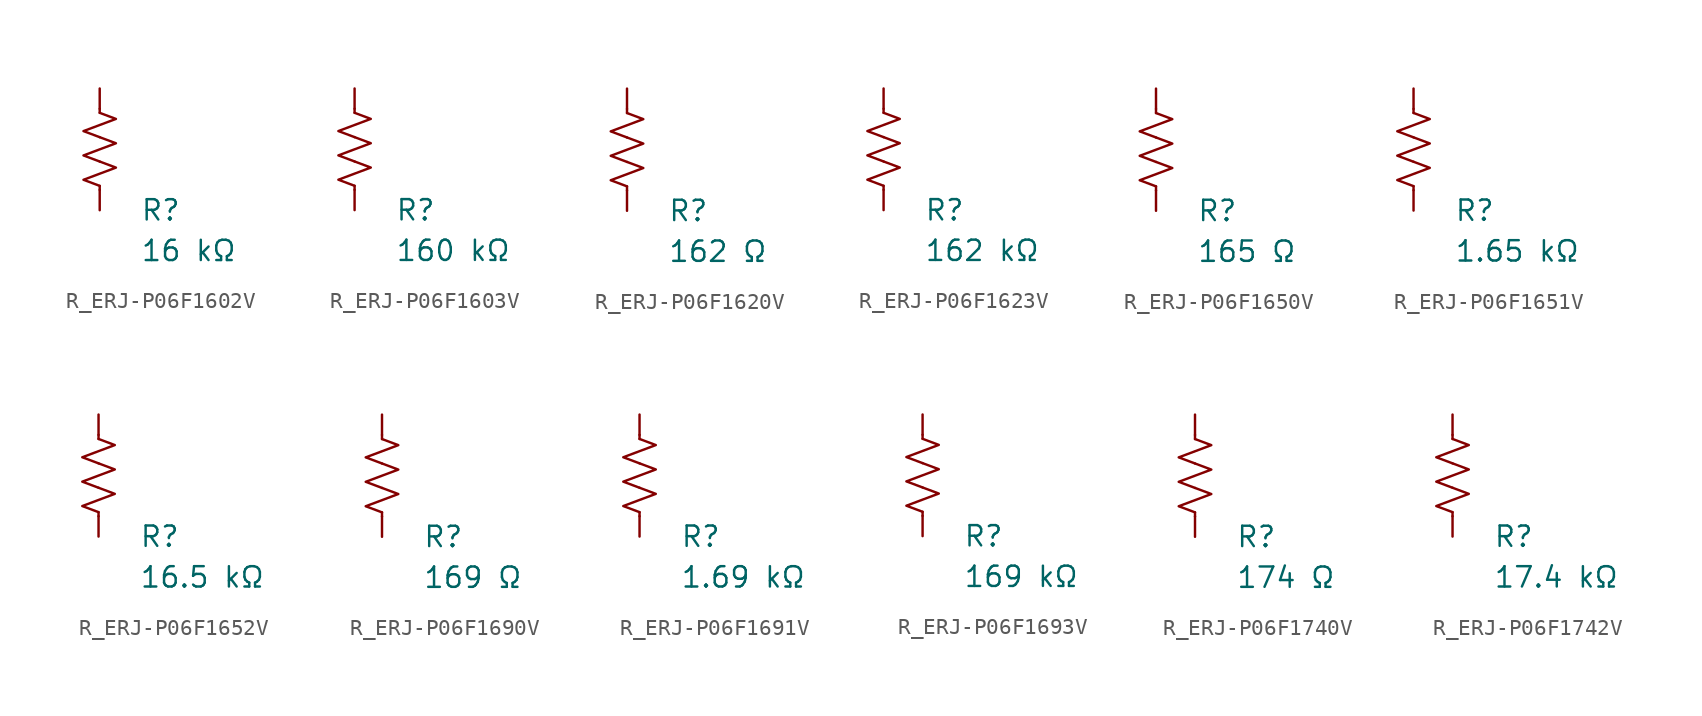
<source format=kicad_sym>
(kicad_symbol_lib
  (version 20231120)
  (generator "kicad_symbol_editor")
  (generator_version "8.0")
  (symbol "R_ERJ-P06F1602V"
    (pin_numbers hide)
    (pin_names
      (offset 0))
    (property "Reference" "R"
      (at 2.54 -3.81 0)
      (effects (font (size 1.27 1.27)) (justify left))
      (show_name no))
    (property "Value" "16 kΩ"
      (at 2.54 -6.35 0)
      (effects (font (size 1.27 1.27)) (justify left))
      (show_name no))
    (symbol "R_ERJ-P06F1602V_0_1"
      (polyline (pts (xy 0 -2.286) (xy 0 -2.54)) (stroke (width 0) (type default)) (fill (type none)))
      (polyline (pts (xy 0 2.286) (xy 0 2.54)) (stroke (width 0) (type default)) (fill (type none)))
      (polyline (pts (xy 0 -0.762) (xy 1.016 -1.143) (xy 0 -1.524) (xy -1.016 -1.905) (xy 0 -2.286)) (stroke (width 0) (type default)) (fill (type none)))
      (polyline (pts (xy 0 0.762) (xy 1.016 0.381) (xy 0 0) (xy -1.016 -0.381) (xy 0 -0.762)) (stroke (width 0) (type default)) (fill (type none)))
      (polyline (pts (xy 0 2.286) (xy 1.016 1.905) (xy 0 1.524) (xy -1.016 1.143) (xy 0 0.762)) (stroke (width 0) (type default)) (fill (type none))))
    (symbol "R_ERJ-P06F1602V_1_1"
      (pin passive line (at 0 3.81 270) (length 1.27) (name "~" (effects (font (size 1.27 1.27)))) (number "1" (effects (font (size 1.27 1.27)))))
      (pin passive line (at 0 -3.81 90) (length 1.27) (name "~" (effects (font (size 1.27 1.27)))) (number "2" (effects (font (size 1.27 1.27)))))))
  (symbol "R_ERJ-P06F1603V"
    (pin_numbers hide)
    (pin_names
      (offset 0))
    (property "Reference" "R"
      (at 2.54 -3.81 0)
      (effects (font (size 1.27 1.27)) (justify left))
      (show_name no))
    (property "Value" "160 kΩ"
      (at 2.54 -6.35 0)
      (effects (font (size 1.27 1.27)) (justify left))
      (show_name no))
    (symbol "R_ERJ-P06F1603V_0_1"
      (polyline (pts (xy 0 -2.286) (xy 0 -2.54)) (stroke (width 0) (type default)) (fill (type none)))
      (polyline (pts (xy 0 2.286) (xy 0 2.54)) (stroke (width 0) (type default)) (fill (type none)))
      (polyline (pts (xy 0 -0.762) (xy 1.016 -1.143) (xy 0 -1.524) (xy -1.016 -1.905) (xy 0 -2.286)) (stroke (width 0) (type default)) (fill (type none)))
      (polyline (pts (xy 0 0.762) (xy 1.016 0.381) (xy 0 0) (xy -1.016 -0.381) (xy 0 -0.762)) (stroke (width 0) (type default)) (fill (type none)))
      (polyline (pts (xy 0 2.286) (xy 1.016 1.905) (xy 0 1.524) (xy -1.016 1.143) (xy 0 0.762)) (stroke (width 0) (type default)) (fill (type none))))
    (symbol "R_ERJ-P06F1603V_1_1"
      (pin passive line (at 0 3.81 270) (length 1.27) (name "~" (effects (font (size 1.27 1.27)))) (number "1" (effects (font (size 1.27 1.27)))))
      (pin passive line (at 0 -3.81 90) (length 1.27) (name "~" (effects (font (size 1.27 1.27)))) (number "2" (effects (font (size 1.27 1.27)))))))
  (symbol "R_ERJ-P06F1620V"
    (pin_numbers hide)
    (pin_names
      (offset 0))
    (property "Reference" "R"
      (at 2.54 -3.81 0)
      (effects (font (size 1.27 1.27)) (justify left))
      (show_name no))
    (property "Value" "162 Ω"
      (at 2.54 -6.35 0)
      (effects (font (size 1.27 1.27)) (justify left))
      (show_name no))
    (symbol "R_ERJ-P06F1620V_0_1"
      (polyline (pts (xy 0 -2.286) (xy 0 -2.54)) (stroke (width 0) (type default)) (fill (type none)))
      (polyline (pts (xy 0 2.286) (xy 0 2.54)) (stroke (width 0) (type default)) (fill (type none)))
      (polyline (pts (xy 0 -0.762) (xy 1.016 -1.143) (xy 0 -1.524) (xy -1.016 -1.905) (xy 0 -2.286)) (stroke (width 0) (type default)) (fill (type none)))
      (polyline (pts (xy 0 0.762) (xy 1.016 0.381) (xy 0 0) (xy -1.016 -0.381) (xy 0 -0.762)) (stroke (width 0) (type default)) (fill (type none)))
      (polyline (pts (xy 0 2.286) (xy 1.016 1.905) (xy 0 1.524) (xy -1.016 1.143) (xy 0 0.762)) (stroke (width 0) (type default)) (fill (type none))))
    (symbol "R_ERJ-P06F1620V_1_1"
      (pin passive line (at 0 3.81 270) (length 1.27) (name "~" (effects (font (size 1.27 1.27)))) (number "1" (effects (font (size 1.27 1.27)))))
      (pin passive line (at 0 -3.81 90) (length 1.27) (name "~" (effects (font (size 1.27 1.27)))) (number "2" (effects (font (size 1.27 1.27)))))))
  (symbol "R_ERJ-P06F1623V"
    (pin_numbers hide)
    (pin_names
      (offset 0))
    (property "Reference" "R"
      (at 2.54 -3.81 0)
      (effects (font (size 1.27 1.27)) (justify left))
      (show_name no))
    (property "Value" "162 kΩ"
      (at 2.54 -6.35 0)
      (effects (font (size 1.27 1.27)) (justify left))
      (show_name no))
    (symbol "R_ERJ-P06F1623V_0_1"
      (polyline (pts (xy 0 -2.286) (xy 0 -2.54)) (stroke (width 0) (type default)) (fill (type none)))
      (polyline (pts (xy 0 2.286) (xy 0 2.54)) (stroke (width 0) (type default)) (fill (type none)))
      (polyline (pts (xy 0 -0.762) (xy 1.016 -1.143) (xy 0 -1.524) (xy -1.016 -1.905) (xy 0 -2.286)) (stroke (width 0) (type default)) (fill (type none)))
      (polyline (pts (xy 0 0.762) (xy 1.016 0.381) (xy 0 0) (xy -1.016 -0.381) (xy 0 -0.762)) (stroke (width 0) (type default)) (fill (type none)))
      (polyline (pts (xy 0 2.286) (xy 1.016 1.905) (xy 0 1.524) (xy -1.016 1.143) (xy 0 0.762)) (stroke (width 0) (type default)) (fill (type none))))
    (symbol "R_ERJ-P06F1623V_1_1"
      (pin passive line (at 0 3.81 270) (length 1.27) (name "~" (effects (font (size 1.27 1.27)))) (number "1" (effects (font (size 1.27 1.27)))))
      (pin passive line (at 0 -3.81 90) (length 1.27) (name "~" (effects (font (size 1.27 1.27)))) (number "2" (effects (font (size 1.27 1.27)))))))
  (symbol "R_ERJ-P06F1650V"
    (pin_numbers hide)
    (pin_names
      (offset 0))
    (property "Reference" "R"
      (at 2.54 -3.81 0)
      (effects (font (size 1.27 1.27)) (justify left))
      (show_name no))
    (property "Value" "165 Ω"
      (at 2.54 -6.35 0)
      (effects (font (size 1.27 1.27)) (justify left))
      (show_name no))
    (symbol "R_ERJ-P06F1650V_0_1"
      (polyline (pts (xy 0 -2.286) (xy 0 -2.54)) (stroke (width 0) (type default)) (fill (type none)))
      (polyline (pts (xy 0 2.286) (xy 0 2.54)) (stroke (width 0) (type default)) (fill (type none)))
      (polyline (pts (xy 0 -0.762) (xy 1.016 -1.143) (xy 0 -1.524) (xy -1.016 -1.905) (xy 0 -2.286)) (stroke (width 0) (type default)) (fill (type none)))
      (polyline (pts (xy 0 0.762) (xy 1.016 0.381) (xy 0 0) (xy -1.016 -0.381) (xy 0 -0.762)) (stroke (width 0) (type default)) (fill (type none)))
      (polyline (pts (xy 0 2.286) (xy 1.016 1.905) (xy 0 1.524) (xy -1.016 1.143) (xy 0 0.762)) (stroke (width 0) (type default)) (fill (type none))))
    (symbol "R_ERJ-P06F1650V_1_1"
      (pin passive line (at 0 3.81 270) (length 1.27) (name "~" (effects (font (size 1.27 1.27)))) (number "1" (effects (font (size 1.27 1.27)))))
      (pin passive line (at 0 -3.81 90) (length 1.27) (name "~" (effects (font (size 1.27 1.27)))) (number "2" (effects (font (size 1.27 1.27)))))))
  (symbol "R_ERJ-P06F1651V"
    (pin_numbers hide)
    (pin_names
      (offset 0))
    (property "Reference" "R"
      (at 2.54 -3.81 0)
      (effects (font (size 1.27 1.27)) (justify left))
      (show_name no))
    (property "Value" "1.65 kΩ"
      (at 2.54 -6.35 0)
      (effects (font (size 1.27 1.27)) (justify left))
      (show_name no))
    (symbol "R_ERJ-P06F1651V_0_1"
      (polyline (pts (xy 0 -2.286) (xy 0 -2.54)) (stroke (width 0) (type default)) (fill (type none)))
      (polyline (pts (xy 0 2.286) (xy 0 2.54)) (stroke (width 0) (type default)) (fill (type none)))
      (polyline (pts (xy 0 -0.762) (xy 1.016 -1.143) (xy 0 -1.524) (xy -1.016 -1.905) (xy 0 -2.286)) (stroke (width 0) (type default)) (fill (type none)))
      (polyline (pts (xy 0 0.762) (xy 1.016 0.381) (xy 0 0) (xy -1.016 -0.381) (xy 0 -0.762)) (stroke (width 0) (type default)) (fill (type none)))
      (polyline (pts (xy 0 2.286) (xy 1.016 1.905) (xy 0 1.524) (xy -1.016 1.143) (xy 0 0.762)) (stroke (width 0) (type default)) (fill (type none))))
    (symbol "R_ERJ-P06F1651V_1_1"
      (pin passive line (at 0 3.81 270) (length 1.27) (name "~" (effects (font (size 1.27 1.27)))) (number "1" (effects (font (size 1.27 1.27)))))
      (pin passive line (at 0 -3.81 90) (length 1.27) (name "~" (effects (font (size 1.27 1.27)))) (number "2" (effects (font (size 1.27 1.27)))))))
  (symbol "R_ERJ-P06F1652V"
    (pin_numbers hide)
    (pin_names
      (offset 0))
    (property "Reference" "R"
      (at 2.54 -3.81 0)
      (effects (font (size 1.27 1.27)) (justify left))
      (show_name no))
    (property "Value" "16.5 kΩ"
      (at 2.54 -6.35 0)
      (effects (font (size 1.27 1.27)) (justify left))
      (show_name no))
    (symbol "R_ERJ-P06F1652V_0_1"
      (polyline (pts (xy 0 -2.286) (xy 0 -2.54)) (stroke (width 0) (type default)) (fill (type none)))
      (polyline (pts (xy 0 2.286) (xy 0 2.54)) (stroke (width 0) (type default)) (fill (type none)))
      (polyline (pts (xy 0 -0.762) (xy 1.016 -1.143) (xy 0 -1.524) (xy -1.016 -1.905) (xy 0 -2.286)) (stroke (width 0) (type default)) (fill (type none)))
      (polyline (pts (xy 0 0.762) (xy 1.016 0.381) (xy 0 0) (xy -1.016 -0.381) (xy 0 -0.762)) (stroke (width 0) (type default)) (fill (type none)))
      (polyline (pts (xy 0 2.286) (xy 1.016 1.905) (xy 0 1.524) (xy -1.016 1.143) (xy 0 0.762)) (stroke (width 0) (type default)) (fill (type none))))
    (symbol "R_ERJ-P06F1652V_1_1"
      (pin passive line (at 0 3.81 270) (length 1.27) (name "~" (effects (font (size 1.27 1.27)))) (number "1" (effects (font (size 1.27 1.27)))))
      (pin passive line (at 0 -3.81 90) (length 1.27) (name "~" (effects (font (size 1.27 1.27)))) (number "2" (effects (font (size 1.27 1.27)))))))
  (symbol "R_ERJ-P06F1690V"
    (pin_numbers hide)
    (pin_names
      (offset 0))
    (property "Reference" "R"
      (at 2.54 -3.81 0)
      (effects (font (size 1.27 1.27)) (justify left))
      (show_name no))
    (property "Value" "169 Ω"
      (at 2.54 -6.35 0)
      (effects (font (size 1.27 1.27)) (justify left))
      (show_name no))
    (symbol "R_ERJ-P06F1690V_0_1"
      (polyline (pts (xy 0 -2.286) (xy 0 -2.54)) (stroke (width 0) (type default)) (fill (type none)))
      (polyline (pts (xy 0 2.286) (xy 0 2.54)) (stroke (width 0) (type default)) (fill (type none)))
      (polyline (pts (xy 0 -0.762) (xy 1.016 -1.143) (xy 0 -1.524) (xy -1.016 -1.905) (xy 0 -2.286)) (stroke (width 0) (type default)) (fill (type none)))
      (polyline (pts (xy 0 0.762) (xy 1.016 0.381) (xy 0 0) (xy -1.016 -0.381) (xy 0 -0.762)) (stroke (width 0) (type default)) (fill (type none)))
      (polyline (pts (xy 0 2.286) (xy 1.016 1.905) (xy 0 1.524) (xy -1.016 1.143) (xy 0 0.762)) (stroke (width 0) (type default)) (fill (type none))))
    (symbol "R_ERJ-P06F1690V_1_1"
      (pin passive line (at 0 3.81 270) (length 1.27) (name "~" (effects (font (size 1.27 1.27)))) (number "1" (effects (font (size 1.27 1.27)))))
      (pin passive line (at 0 -3.81 90) (length 1.27) (name "~" (effects (font (size 1.27 1.27)))) (number "2" (effects (font (size 1.27 1.27)))))))
  (symbol "R_ERJ-P06F1691V"
    (pin_numbers hide)
    (pin_names
      (offset 0))
    (property "Reference" "R"
      (at 2.54 -3.81 0)
      (effects (font (size 1.27 1.27)) (justify left))
      (show_name no))
    (property "Value" "1.69 kΩ"
      (at 2.54 -6.35 0)
      (effects (font (size 1.27 1.27)) (justify left))
      (show_name no))
    (symbol "R_ERJ-P06F1691V_0_1"
      (polyline (pts (xy 0 -2.286) (xy 0 -2.54)) (stroke (width 0) (type default)) (fill (type none)))
      (polyline (pts (xy 0 2.286) (xy 0 2.54)) (stroke (width 0) (type default)) (fill (type none)))
      (polyline (pts (xy 0 -0.762) (xy 1.016 -1.143) (xy 0 -1.524) (xy -1.016 -1.905) (xy 0 -2.286)) (stroke (width 0) (type default)) (fill (type none)))
      (polyline (pts (xy 0 0.762) (xy 1.016 0.381) (xy 0 0) (xy -1.016 -0.381) (xy 0 -0.762)) (stroke (width 0) (type default)) (fill (type none)))
      (polyline (pts (xy 0 2.286) (xy 1.016 1.905) (xy 0 1.524) (xy -1.016 1.143) (xy 0 0.762)) (stroke (width 0) (type default)) (fill (type none))))
    (symbol "R_ERJ-P06F1691V_1_1"
      (pin passive line (at 0 3.81 270) (length 1.27) (name "~" (effects (font (size 1.27 1.27)))) (number "1" (effects (font (size 1.27 1.27)))))
      (pin passive line (at 0 -3.81 90) (length 1.27) (name "~" (effects (font (size 1.27 1.27)))) (number "2" (effects (font (size 1.27 1.27)))))))
  (symbol "R_ERJ-P06F1693V"
    (pin_numbers hide)
    (pin_names
      (offset 0))
    (property "Reference" "R"
      (at 2.54 -3.81 0)
      (effects (font (size 1.27 1.27)) (justify left))
      (show_name no))
    (property "Value" "169 kΩ"
      (at 2.54 -6.35 0)
      (effects (font (size 1.27 1.27)) (justify left))
      (show_name no))
    (symbol "R_ERJ-P06F1693V_0_1"
      (polyline (pts (xy 0 -2.286) (xy 0 -2.54)) (stroke (width 0) (type default)) (fill (type none)))
      (polyline (pts (xy 0 2.286) (xy 0 2.54)) (stroke (width 0) (type default)) (fill (type none)))
      (polyline (pts (xy 0 -0.762) (xy 1.016 -1.143) (xy 0 -1.524) (xy -1.016 -1.905) (xy 0 -2.286)) (stroke (width 0) (type default)) (fill (type none)))
      (polyline (pts (xy 0 0.762) (xy 1.016 0.381) (xy 0 0) (xy -1.016 -0.381) (xy 0 -0.762)) (stroke (width 0) (type default)) (fill (type none)))
      (polyline (pts (xy 0 2.286) (xy 1.016 1.905) (xy 0 1.524) (xy -1.016 1.143) (xy 0 0.762)) (stroke (width 0) (type default)) (fill (type none))))
    (symbol "R_ERJ-P06F1693V_1_1"
      (pin passive line (at 0 3.81 270) (length 1.27) (name "~" (effects (font (size 1.27 1.27)))) (number "1" (effects (font (size 1.27 1.27)))))
      (pin passive line (at 0 -3.81 90) (length 1.27) (name "~" (effects (font (size 1.27 1.27)))) (number "2" (effects (font (size 1.27 1.27)))))))
  (symbol "R_ERJ-P06F1740V"
    (pin_numbers hide)
    (pin_names
      (offset 0))
    (property "Reference" "R"
      (at 2.54 -3.81 0)
      (effects (font (size 1.27 1.27)) (justify left))
      (show_name no))
    (property "Value" "174 Ω"
      (at 2.54 -6.35 0)
      (effects (font (size 1.27 1.27)) (justify left))
      (show_name no))
    (symbol "R_ERJ-P06F1740V_0_1"
      (polyline (pts (xy 0 -2.286) (xy 0 -2.54)) (stroke (width 0) (type default)) (fill (type none)))
      (polyline (pts (xy 0 2.286) (xy 0 2.54)) (stroke (width 0) (type default)) (fill (type none)))
      (polyline (pts (xy 0 -0.762) (xy 1.016 -1.143) (xy 0 -1.524) (xy -1.016 -1.905) (xy 0 -2.286)) (stroke (width 0) (type default)) (fill (type none)))
      (polyline (pts (xy 0 0.762) (xy 1.016 0.381) (xy 0 0) (xy -1.016 -0.381) (xy 0 -0.762)) (stroke (width 0) (type default)) (fill (type none)))
      (polyline (pts (xy 0 2.286) (xy 1.016 1.905) (xy 0 1.524) (xy -1.016 1.143) (xy 0 0.762)) (stroke (width 0) (type default)) (fill (type none))))
    (symbol "R_ERJ-P06F1740V_1_1"
      (pin passive line (at 0 3.81 270) (length 1.27) (name "~" (effects (font (size 1.27 1.27)))) (number "1" (effects (font (size 1.27 1.27)))))
      (pin passive line (at 0 -3.81 90) (length 1.27) (name "~" (effects (font (size 1.27 1.27)))) (number "2" (effects (font (size 1.27 1.27)))))))
  (symbol "R_ERJ-P06F1742V"
    (pin_numbers hide)
    (pin_names
      (offset 0))
    (property "Reference" "R"
      (at 2.54 -3.81 0)
      (effects (font (size 1.27 1.27)) (justify left))
      (show_name no))
    (property "Value" "17.4 kΩ"
      (at 2.54 -6.35 0)
      (effects (font (size 1.27 1.27)) (justify left))
      (show_name no))
    (symbol "R_ERJ-P06F1742V_0_1"
      (polyline (pts (xy 0 -2.286) (xy 0 -2.54)) (stroke (width 0) (type default)) (fill (type none)))
      (polyline (pts (xy 0 2.286) (xy 0 2.54)) (stroke (width 0) (type default)) (fill (type none)))
      (polyline (pts (xy 0 -0.762) (xy 1.016 -1.143) (xy 0 -1.524) (xy -1.016 -1.905) (xy 0 -2.286)) (stroke (width 0) (type default)) (fill (type none)))
      (polyline (pts (xy 0 0.762) (xy 1.016 0.381) (xy 0 0) (xy -1.016 -0.381) (xy 0 -0.762)) (stroke (width 0) (type default)) (fill (type none)))
      (polyline (pts (xy 0 2.286) (xy 1.016 1.905) (xy 0 1.524) (xy -1.016 1.143) (xy 0 0.762)) (stroke (width 0) (type default)) (fill (type none))))
    (symbol "R_ERJ-P06F1742V_1_1"
      (pin passive line (at 0 3.81 270) (length 1.27) (name "~" (effects (font (size 1.27 1.27)))) (number "1" (effects (font (size 1.27 1.27)))))
      (pin passive line (at 0 -3.81 90) (length 1.27) (name "~" (effects (font (size 1.27 1.27)))) (number "2" (effects (font (size 1.27 1.27))))))))
</source>
